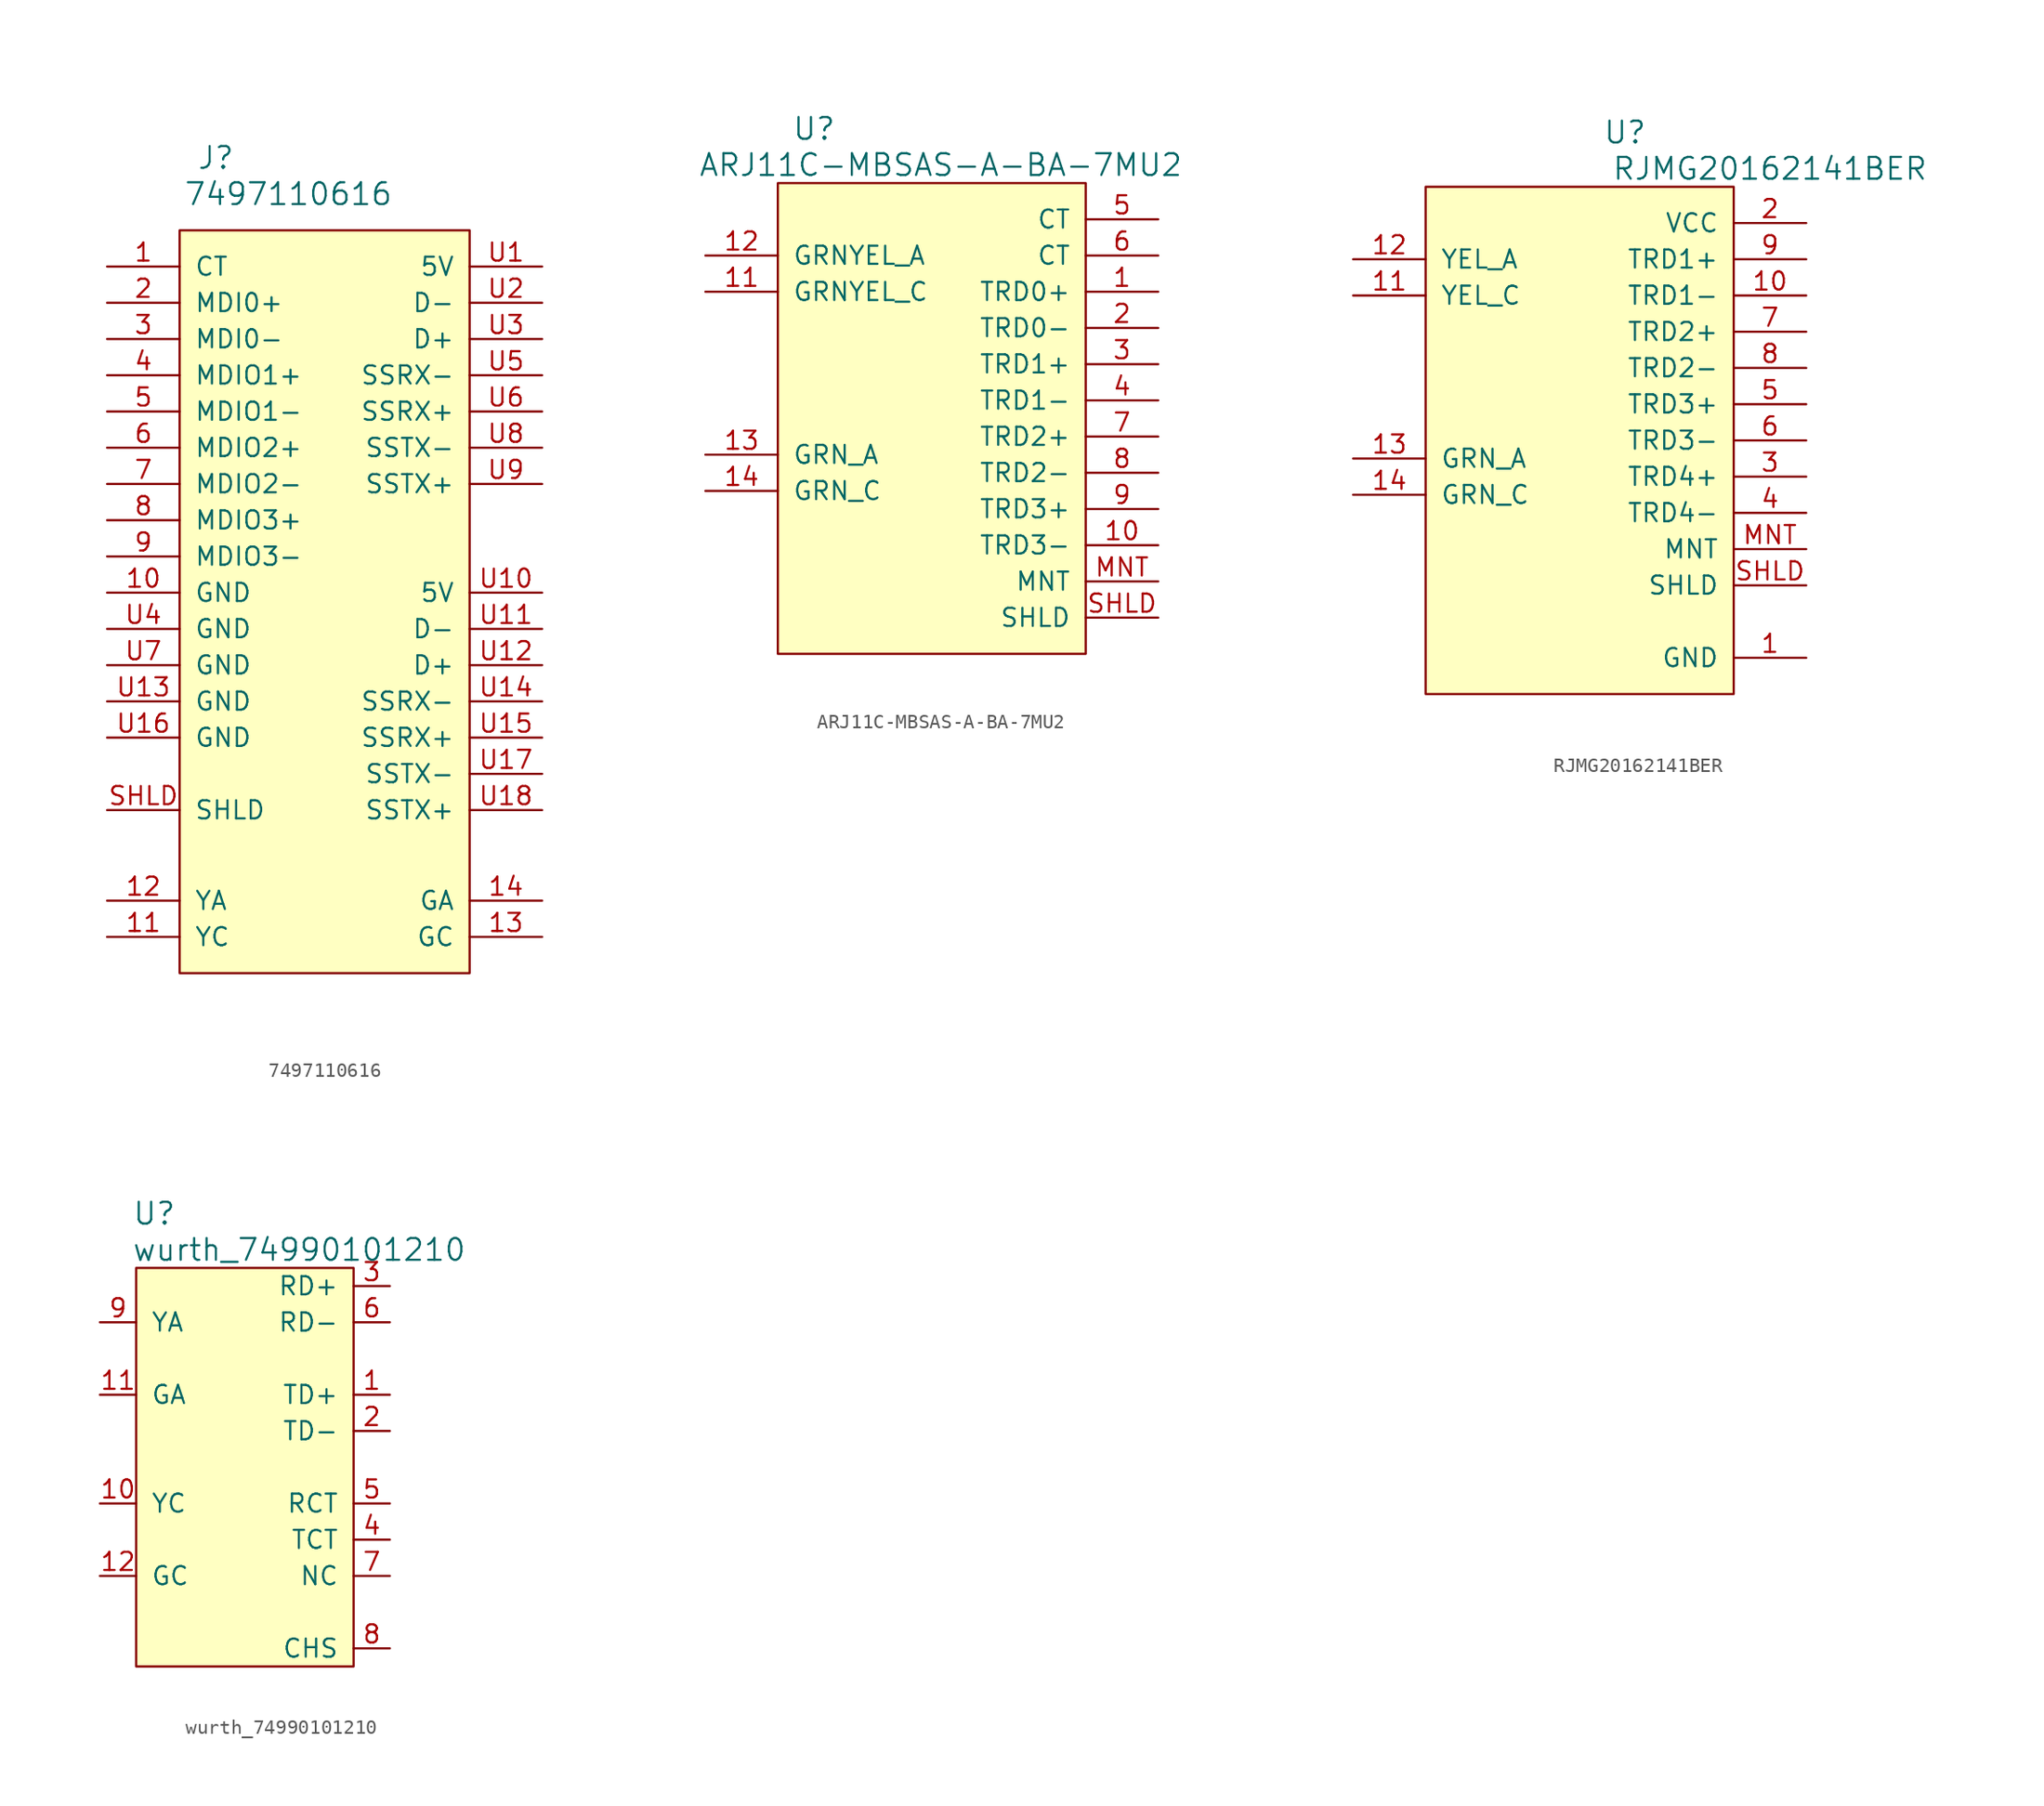
<source format=kicad_sym>
(kicad_symbol_lib
  (version 20201005)
  (generator kicad_symbol_editor)
  (symbol "7497110616"
    (pin_names
      (offset 1.016))
    (property "Reference" "J"
      (at -7.62 30.48 0)
      (effects (font (size 1.524 1.524))))
    (property "Value" "7497110616"
      (at -2.54 27.94 0)
      (effects (font (size 1.524 1.524))))
    (symbol "7497110616_0_1"
      (rectangle (start -10.16 25.4) (end 10.16 -26.67) (stroke (width 0)) (fill (type background))))
    (symbol "7497110616_1_1"
      (pin input line (at -15.24 22.86 0) (length 5.08) (name "CT" (effects (font (size 1.27 1.27)))) (number "1" (effects (font (size 1.27 1.27)))))
      (pin input line (at -15.24 0 0) (length 5.08) (name "GND" (effects (font (size 1.27 1.27)))) (number "10" (effects (font (size 1.27 1.27)))))
      (pin input line (at -15.24 -24.13 0) (length 5.08) (name "YC" (effects (font (size 1.27 1.27)))) (number "11" (effects (font (size 1.27 1.27)))))
      (pin input line (at -15.24 -21.59 0) (length 5.08) (name "YA" (effects (font (size 1.27 1.27)))) (number "12" (effects (font (size 1.27 1.27)))))
      (pin input line (at 15.24 -24.13 180) (length 5.08) (name "GC" (effects (font (size 1.27 1.27)))) (number "13" (effects (font (size 1.27 1.27)))))
      (pin input line (at 15.24 -21.59 180) (length 5.08) (name "GA" (effects (font (size 1.27 1.27)))) (number "14" (effects (font (size 1.27 1.27)))))
      (pin input line (at -15.24 20.32 0) (length 5.08) (name "MDI0+" (effects (font (size 1.27 1.27)))) (number "2" (effects (font (size 1.27 1.27)))))
      (pin input line (at -15.24 17.78 0) (length 5.08) (name "MDI0-" (effects (font (size 1.27 1.27)))) (number "3" (effects (font (size 1.27 1.27)))))
      (pin input line (at -15.24 15.24 0) (length 5.08) (name "MDIO1+" (effects (font (size 1.27 1.27)))) (number "4" (effects (font (size 1.27 1.27)))))
      (pin input line (at -15.24 12.7 0) (length 5.08) (name "MDIO1-" (effects (font (size 1.27 1.27)))) (number "5" (effects (font (size 1.27 1.27)))))
      (pin input line (at -15.24 10.16 0) (length 5.08) (name "MDIO2+" (effects (font (size 1.27 1.27)))) (number "6" (effects (font (size 1.27 1.27)))))
      (pin input line (at -15.24 7.62 0) (length 5.08) (name "MDIO2-" (effects (font (size 1.27 1.27)))) (number "7" (effects (font (size 1.27 1.27)))))
      (pin input line (at -15.24 5.08 0) (length 5.08) (name "MDIO3+" (effects (font (size 1.27 1.27)))) (number "8" (effects (font (size 1.27 1.27)))))
      (pin input line (at -15.24 2.54 0) (length 5.08) (name "MDIO3-" (effects (font (size 1.27 1.27)))) (number "9" (effects (font (size 1.27 1.27)))))
      (pin input line (at -15.24 -15.24 0) (length 5.08) (name "SHLD" (effects (font (size 1.27 1.27)))) (number "SHLD" (effects (font (size 1.27 1.27)))))
      (pin input line (at 15.24 22.86 180) (length 5.08) (name "5V" (effects (font (size 1.27 1.27)))) (number "U1" (effects (font (size 1.27 1.27)))))
      (pin input line (at 15.24 0 180) (length 5.08) (name "5V" (effects (font (size 1.27 1.27)))) (number "U10" (effects (font (size 1.27 1.27)))))
      (pin input line (at 15.24 -2.54 180) (length 5.08) (name "D-" (effects (font (size 1.27 1.27)))) (number "U11" (effects (font (size 1.27 1.27)))))
      (pin input line (at 15.24 -5.08 180) (length 5.08) (name "D+" (effects (font (size 1.27 1.27)))) (number "U12" (effects (font (size 1.27 1.27)))))
      (pin input line (at -15.24 -7.62 0) (length 5.08) (name "GND" (effects (font (size 1.27 1.27)))) (number "U13" (effects (font (size 1.27 1.27)))))
      (pin input line (at 15.24 -7.62 180) (length 5.08) (name "SSRX-" (effects (font (size 1.27 1.27)))) (number "U14" (effects (font (size 1.27 1.27)))))
      (pin input line (at 15.24 -10.16 180) (length 5.08) (name "SSRX+" (effects (font (size 1.27 1.27)))) (number "U15" (effects (font (size 1.27 1.27)))))
      (pin input line (at -15.24 -10.16 0) (length 5.08) (name "GND" (effects (font (size 1.27 1.27)))) (number "U16" (effects (font (size 1.27 1.27)))))
      (pin input line (at 15.24 -12.7 180) (length 5.08) (name "SSTX-" (effects (font (size 1.27 1.27)))) (number "U17" (effects (font (size 1.27 1.27)))))
      (pin input line (at 15.24 -15.24 180) (length 5.08) (name "SSTX+" (effects (font (size 1.27 1.27)))) (number "U18" (effects (font (size 1.27 1.27)))))
      (pin input line (at 15.24 20.32 180) (length 5.08) (name "D-" (effects (font (size 1.27 1.27)))) (number "U2" (effects (font (size 1.27 1.27)))))
      (pin input line (at 15.24 17.78 180) (length 5.08) (name "D+" (effects (font (size 1.27 1.27)))) (number "U3" (effects (font (size 1.27 1.27)))))
      (pin input line (at -15.24 -2.54 0) (length 5.08) (name "GND" (effects (font (size 1.27 1.27)))) (number "U4" (effects (font (size 1.27 1.27)))))
      (pin input line (at 15.24 15.24 180) (length 5.08) (name "SSRX-" (effects (font (size 1.27 1.27)))) (number "U5" (effects (font (size 1.27 1.27)))))
      (pin input line (at 15.24 12.7 180) (length 5.08) (name "SSRX+" (effects (font (size 1.27 1.27)))) (number "U6" (effects (font (size 1.27 1.27)))))
      (pin input line (at -15.24 -5.08 0) (length 5.08) (name "GND" (effects (font (size 1.27 1.27)))) (number "U7" (effects (font (size 1.27 1.27)))))
      (pin input line (at 15.24 10.16 180) (length 5.08) (name "SSTX-" (effects (font (size 1.27 1.27)))) (number "U8" (effects (font (size 1.27 1.27)))))
      (pin input line (at 15.24 7.62 180) (length 5.08) (name "SSTX+" (effects (font (size 1.27 1.27)))) (number "U9" (effects (font (size 1.27 1.27)))))))
  (symbol "ARJ11C-MBSAS-A-BA-7MU2"
    (pin_names
      (offset 1.016))
    (property "Reference" "U"
      (at -13.97 26.67 0)
      (effects (font (size 1.524 1.524))))
    (property "Value" "ARJ11C-MBSAS-A-BA-7MU2"
      (at -5.08 24.13 0)
      (effects (font (size 1.524 1.524))))
    (symbol "ARJ11C-MBSAS-A-BA-7MU2_0_1"
      (rectangle (start 5.08 22.86) (end -16.51 -10.16) (stroke (width 0)) (fill (type background))))
    (symbol "ARJ11C-MBSAS-A-BA-7MU2_1_1"
      (pin input line (at 10.16 15.24 180) (length 5.08) (name "TRD0+" (effects (font (size 1.27 1.27)))) (number "1" (effects (font (size 1.27 1.27)))))
      (pin input line (at 10.16 -2.54 180) (length 5.08) (name "TRD3-" (effects (font (size 1.27 1.27)))) (number "10" (effects (font (size 1.27 1.27)))))
      (pin input line (at -21.59 15.24 0) (length 5.08) (name "GRNYEL_C" (effects (font (size 1.27 1.27)))) (number "11" (effects (font (size 1.27 1.27)))))
      (pin input line (at -21.59 17.78 0) (length 5.08) (name "GRNYEL_A" (effects (font (size 1.27 1.27)))) (number "12" (effects (font (size 1.27 1.27)))))
      (pin input line (at -21.59 3.81 0) (length 5.08) (name "GRN_A" (effects (font (size 1.27 1.27)))) (number "13" (effects (font (size 1.27 1.27)))))
      (pin input line (at -21.59 1.27 0) (length 5.08) (name "GRN_C" (effects (font (size 1.27 1.27)))) (number "14" (effects (font (size 1.27 1.27)))))
      (pin input line (at 10.16 12.7 180) (length 5.08) (name "TRD0-" (effects (font (size 1.27 1.27)))) (number "2" (effects (font (size 1.27 1.27)))))
      (pin input line (at 10.16 10.16 180) (length 5.08) (name "TRD1+" (effects (font (size 1.27 1.27)))) (number "3" (effects (font (size 1.27 1.27)))))
      (pin input line (at 10.16 7.62 180) (length 5.08) (name "TRD1-" (effects (font (size 1.27 1.27)))) (number "4" (effects (font (size 1.27 1.27)))))
      (pin input line (at 10.16 20.32 180) (length 5.08) (name "CT" (effects (font (size 1.27 1.27)))) (number "5" (effects (font (size 1.27 1.27)))))
      (pin input line (at 10.16 17.78 180) (length 5.08) (name "CT" (effects (font (size 1.27 1.27)))) (number "6" (effects (font (size 1.27 1.27)))))
      (pin input line (at 10.16 5.08 180) (length 5.08) (name "TRD2+" (effects (font (size 1.27 1.27)))) (number "7" (effects (font (size 1.27 1.27)))))
      (pin input line (at 10.16 2.54 180) (length 5.08) (name "TRD2-" (effects (font (size 1.27 1.27)))) (number "8" (effects (font (size 1.27 1.27)))))
      (pin input line (at 10.16 0 180) (length 5.08) (name "TRD3+" (effects (font (size 1.27 1.27)))) (number "9" (effects (font (size 1.27 1.27)))))
      (pin input line (at 10.16 -5.08 180) (length 5.08) (name "MNT" (effects (font (size 1.27 1.27)))) (number "MNT" (effects (font (size 1.27 1.27)))))
      (pin input line (at 10.16 -7.62 180) (length 5.08) (name "SHLD" (effects (font (size 1.27 1.27)))) (number "SHLD" (effects (font (size 1.27 1.27)))))))
  (symbol "RJMG20162141BER"
    (pin_names
      (offset 1.016))
    (property "Reference" "U"
      (at -2.54 26.67 0)
      (effects (font (size 1.524 1.524))))
    (property "Value" "RJMG20162141BER"
      (at 7.62 24.13 0)
      (effects (font (size 1.524 1.524))))
    (symbol "RJMG20162141BER_0_1"
      (rectangle (start 5.08 22.86) (end -16.51 -12.7) (stroke (width 0)) (fill (type background))))
    (symbol "RJMG20162141BER_1_1"
      (pin input line (at 10.16 -10.16 180) (length 5.08) (name "GND" (effects (font (size 1.27 1.27)))) (number "1" (effects (font (size 1.27 1.27)))))
      (pin input line (at 10.16 15.24 180) (length 5.08) (name "TRD1-" (effects (font (size 1.27 1.27)))) (number "10" (effects (font (size 1.27 1.27)))))
      (pin input line (at -21.59 15.24 0) (length 5.08) (name "YEL_C" (effects (font (size 1.27 1.27)))) (number "11" (effects (font (size 1.27 1.27)))))
      (pin input line (at -21.59 17.78 0) (length 5.08) (name "YEL_A" (effects (font (size 1.27 1.27)))) (number "12" (effects (font (size 1.27 1.27)))))
      (pin input line (at -21.59 3.81 0) (length 5.08) (name "GRN_A" (effects (font (size 1.27 1.27)))) (number "13" (effects (font (size 1.27 1.27)))))
      (pin input line (at -21.59 1.27 0) (length 5.08) (name "GRN_C" (effects (font (size 1.27 1.27)))) (number "14" (effects (font (size 1.27 1.27)))))
      (pin input line (at 10.16 20.32 180) (length 5.08) (name "VCC" (effects (font (size 1.27 1.27)))) (number "2" (effects (font (size 1.27 1.27)))))
      (pin input line (at 10.16 2.54 180) (length 5.08) (name "TRD4+" (effects (font (size 1.27 1.27)))) (number "3" (effects (font (size 1.27 1.27)))))
      (pin input line (at 10.16 0 180) (length 5.08) (name "TRD4-" (effects (font (size 1.27 1.27)))) (number "4" (effects (font (size 1.27 1.27)))))
      (pin input line (at 10.16 7.62 180) (length 5.08) (name "TRD3+" (effects (font (size 1.27 1.27)))) (number "5" (effects (font (size 1.27 1.27)))))
      (pin input line (at 10.16 5.08 180) (length 5.08) (name "TRD3-" (effects (font (size 1.27 1.27)))) (number "6" (effects (font (size 1.27 1.27)))))
      (pin input line (at 10.16 12.7 180) (length 5.08) (name "TRD2+" (effects (font (size 1.27 1.27)))) (number "7" (effects (font (size 1.27 1.27)))))
      (pin input line (at 10.16 10.16 180) (length 5.08) (name "TRD2-" (effects (font (size 1.27 1.27)))) (number "8" (effects (font (size 1.27 1.27)))))
      (pin input line (at 10.16 17.78 180) (length 5.08) (name "TRD1+" (effects (font (size 1.27 1.27)))) (number "9" (effects (font (size 1.27 1.27)))))
      (pin input line (at 10.16 -2.54 180) (length 5.08) (name "MNT" (effects (font (size 1.27 1.27)))) (number "MNT" (effects (font (size 1.27 1.27)))))
      (pin input line (at 10.16 -5.08 180) (length 5.08) (name "SHLD" (effects (font (size 1.27 1.27)))) (number "SHLD" (effects (font (size 1.27 1.27)))))))
  (symbol "wurth_74990101210"
    (pin_names
      (offset 1.016))
    (property "Reference" "U"
      (at -6.35 16.51 0)
      (effects (font (size 1.524 1.524))))
    (property "Value" "wurth_74990101210"
      (at 3.81 13.97 0)
      (effects (font (size 1.524 1.524))))
    (symbol "wurth_74990101210_0_1"
      (rectangle (start 7.62 12.7) (end -7.62 -15.24) (stroke (width 0)) (fill (type background))))
    (symbol "wurth_74990101210_1_1"
      (pin input line (at 10.16 3.81 180) (length 2.54) (name "TD+" (effects (font (size 1.27 1.27)))) (number "1" (effects (font (size 1.27 1.27)))))
      (pin input line (at -10.16 -3.81 0) (length 2.54) (name "YC" (effects (font (size 1.27 1.27)))) (number "10" (effects (font (size 1.27 1.27)))))
      (pin input line (at -10.16 3.81 0) (length 2.54) (name "GA" (effects (font (size 1.27 1.27)))) (number "11" (effects (font (size 1.27 1.27)))))
      (pin input line (at -10.16 -8.89 0) (length 2.54) (name "GC" (effects (font (size 1.27 1.27)))) (number "12" (effects (font (size 1.27 1.27)))))
      (pin input line (at 10.16 1.27 180) (length 2.54) (name "TD-" (effects (font (size 1.27 1.27)))) (number "2" (effects (font (size 1.27 1.27)))))
      (pin input line (at 10.16 11.43 180) (length 2.54) (name "RD+" (effects (font (size 1.27 1.27)))) (number "3" (effects (font (size 1.27 1.27)))))
      (pin input line (at 10.16 -6.35 180) (length 2.54) (name "TCT" (effects (font (size 1.27 1.27)))) (number "4" (effects (font (size 1.27 1.27)))))
      (pin input line (at 10.16 -3.81 180) (length 2.54) (name "RCT" (effects (font (size 1.27 1.27)))) (number "5" (effects (font (size 1.27 1.27)))))
      (pin input line (at 10.16 8.89 180) (length 2.54) (name "RD-" (effects (font (size 1.27 1.27)))) (number "6" (effects (font (size 1.27 1.27)))))
      (pin input line (at 10.16 -8.89 180) (length 2.54) (name "NC" (effects (font (size 1.27 1.27)))) (number "7" (effects (font (size 1.27 1.27)))))
      (pin input line (at 10.16 -13.97 180) (length 2.54) (name "CHS" (effects (font (size 1.27 1.27)))) (number "8" (effects (font (size 1.27 1.27)))))
      (pin input line (at -10.16 8.89 0) (length 2.54) (name "YA" (effects (font (size 1.27 1.27)))) (number "9" (effects (font (size 1.27 1.27))))))))
</source>
